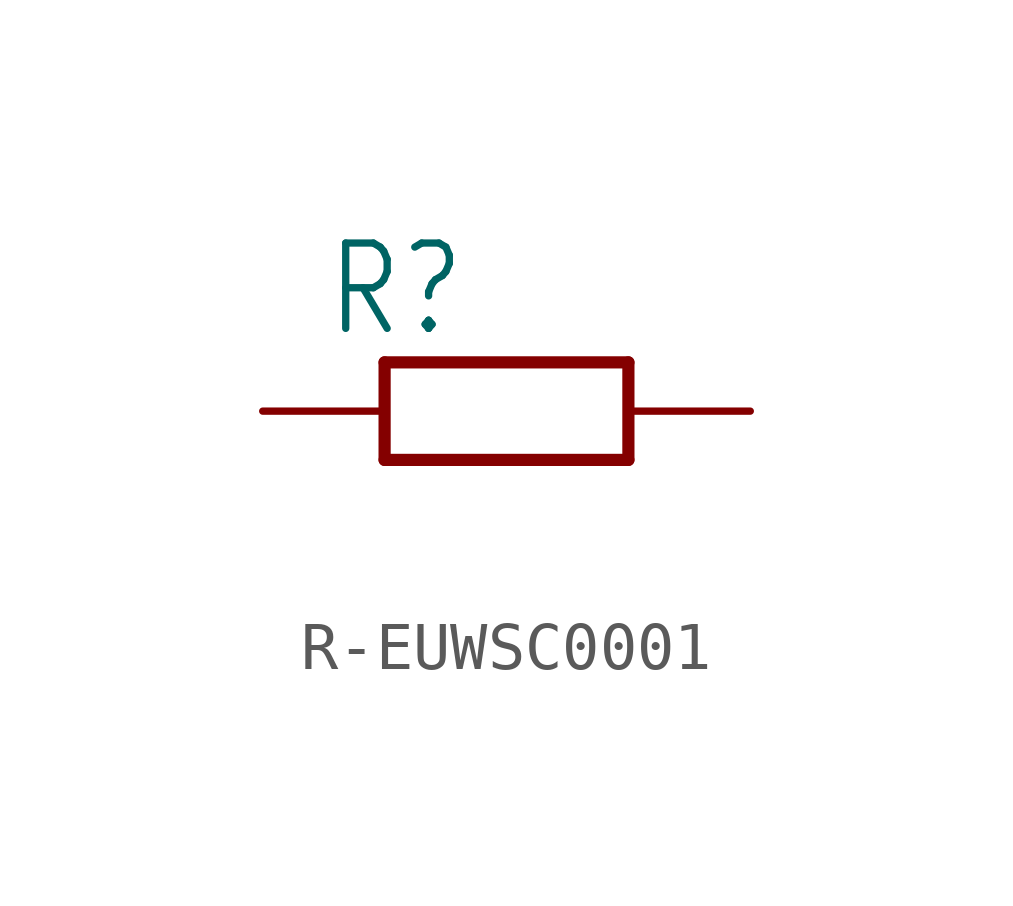
<source format=kicad_sym>
(kicad_symbol_lib
  (version 20220914)
  (generator kicad_symbol_editor)
  (symbol "R-EUWSC0001"
    (property "Reference" "R"
      (at -3.81 1.499 0)
      (effects (font (size 1.778 1.511)) (justify left bottom)))
    (property "Value" ""
      (at -3.81 -3.302 0)
      (effects (font (size 1.778 1.511)) (justify left bottom)))
    (property "ki_locked" ""
      (at 0 0 0)
      (effects (font (size 1.27 1.27))))
    (symbol "R-EUWSC0001_1_0"
      (polyline (pts (xy -2.54 -1.016) (xy -2.54 1.016)) (stroke (width 0.254) (type solid)) (fill (type none)))
      (polyline (pts (xy -2.54 1.016) (xy 2.54 1.016)) (stroke (width 0.254) (type solid)) (fill (type none)))
      (polyline (pts (xy 2.54 -1.016) (xy -2.54 -1.016)) (stroke (width 0.254) (type solid)) (fill (type none)))
      (polyline (pts (xy 2.54 1.016) (xy 2.54 -1.016)) (stroke (width 0.254) (type solid)) (fill (type none)))
      (pin passive line (at -5.08 0 0) (length 2.54) (name "1" (effects (font (size 0 0)))) (number "1" (effects (font (size 0 0)))))
      (pin passive line (at 5.08 0 180) (length 2.54) (name "2" (effects (font (size 0 0)))) (number "2" (effects (font (size 0 0))))))))
</source>
